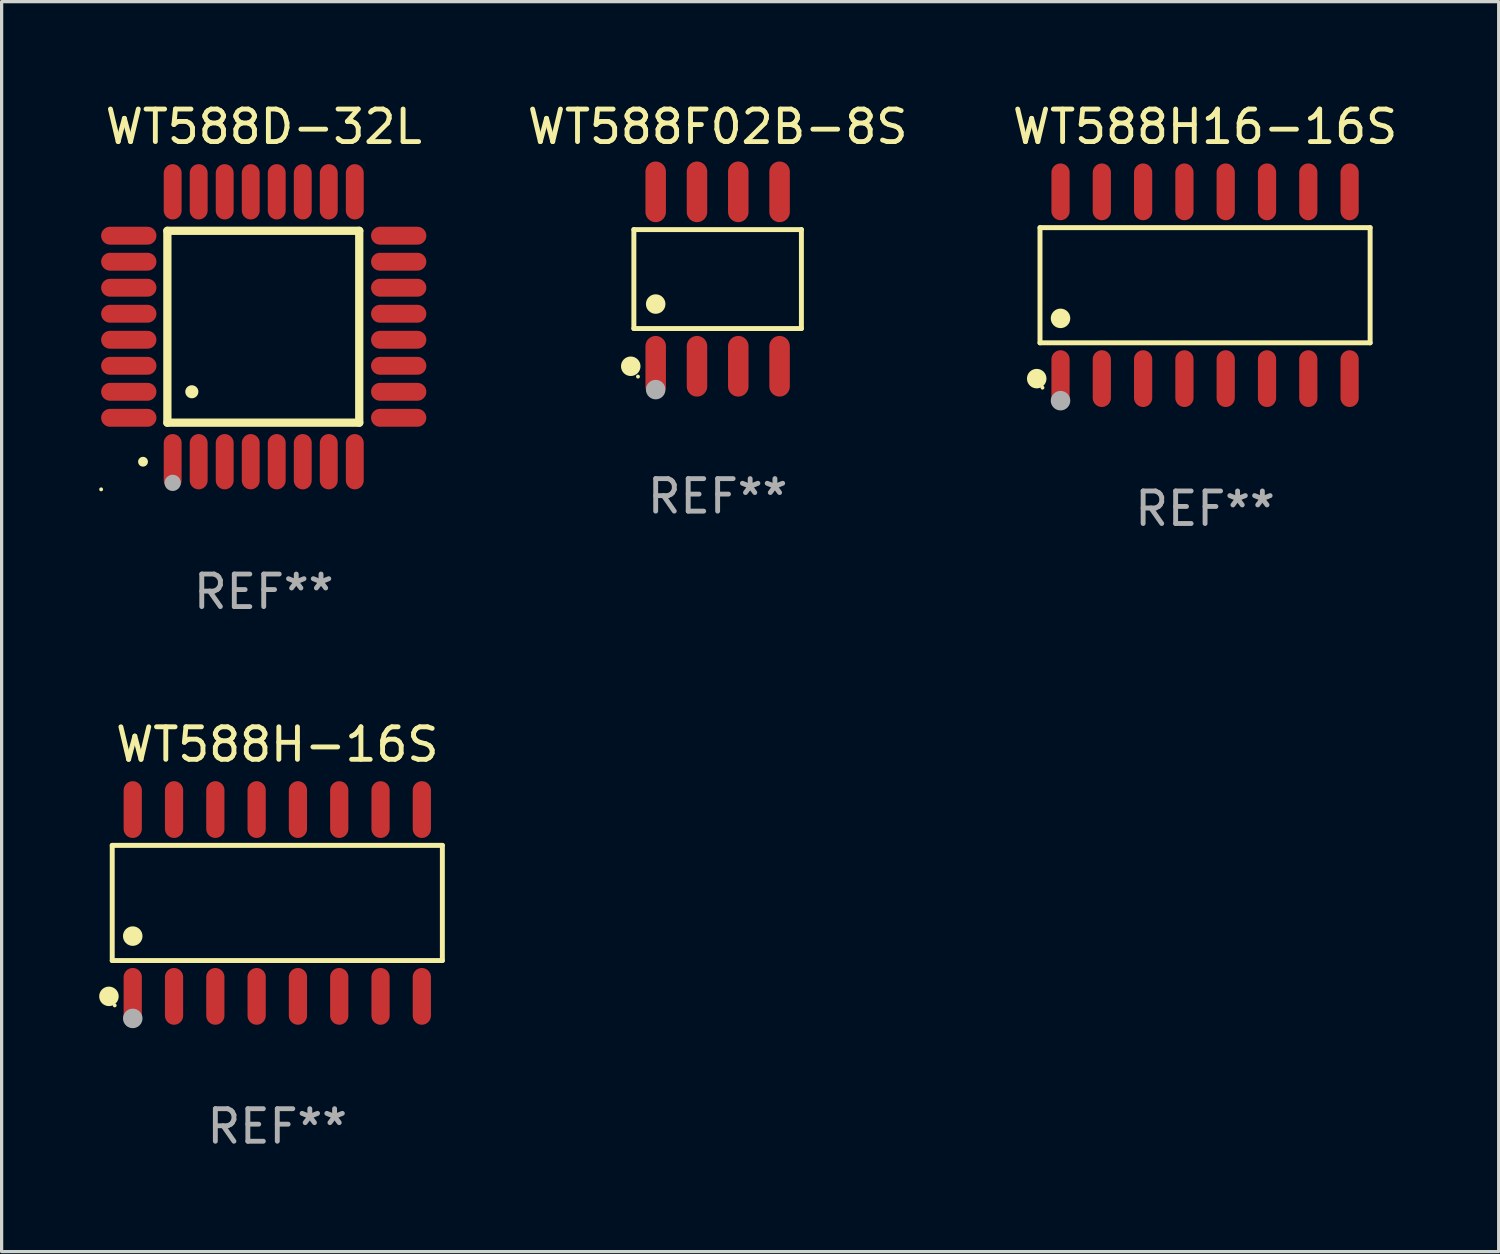
<source format=kicad_pcb>
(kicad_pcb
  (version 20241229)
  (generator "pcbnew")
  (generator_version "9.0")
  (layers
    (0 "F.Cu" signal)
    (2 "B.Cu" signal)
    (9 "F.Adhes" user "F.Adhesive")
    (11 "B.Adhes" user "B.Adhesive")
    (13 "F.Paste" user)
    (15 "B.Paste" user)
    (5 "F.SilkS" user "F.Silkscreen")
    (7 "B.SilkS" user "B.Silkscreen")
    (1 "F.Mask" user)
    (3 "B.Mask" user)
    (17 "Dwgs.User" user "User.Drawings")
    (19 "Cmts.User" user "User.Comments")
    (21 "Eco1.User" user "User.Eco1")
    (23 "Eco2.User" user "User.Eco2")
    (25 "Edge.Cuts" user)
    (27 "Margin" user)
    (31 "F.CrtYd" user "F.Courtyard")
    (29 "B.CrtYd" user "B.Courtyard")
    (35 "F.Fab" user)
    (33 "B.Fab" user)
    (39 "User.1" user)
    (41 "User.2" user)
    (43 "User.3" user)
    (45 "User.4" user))
  (footprint "WT588H-16S"
    (layer "F.Cu")
    (at 5.477 24.717)
    (property "Reference" "WT588H-16S" (at 0 -4.872 0) (layer "F.SilkS") (effects (font (size 1 1) (thickness 0.15))))
    (attr through_hole)
    (fp_line (start -5.076 -1.771) (end 5.076 -1.771) (stroke (width 0.152) (type solid)) (layer "F.SilkS"))
    (fp_line (start -5.076 1.771) (end -5.076 -1.771) (stroke (width 0.152) (type solid)) (layer "F.SilkS"))
    (fp_line (start 5.076 -1.771) (end 5.076 1.771) (stroke (width 0.152) (type solid)) (layer "F.SilkS"))
    (fp_line (start 5.076 1.771) (end -5.076 1.771) (stroke (width 0.152) (type solid)) (layer "F.SilkS"))
    (fp_circle (center -5.177 2.872) (end -5.027 2.872) (stroke (width 0.3) (type solid)) (fill no) (layer "F.SilkS"))
    (fp_circle (center -5 3.15) (end -4.97 3.15) (stroke (width 0.06) (type solid)) (fill no) (layer "F.SilkS"))
    (fp_circle (center -4.445 1.019) (end -4.295 1.019) (stroke (width 0.3) (type solid)) (fill no) (layer "F.SilkS"))
    (fp_circle (center -4.445 3.55) (end -4.295 3.55) (stroke (width 0.3) (type solid)) (fill no) (layer "F.Fab"))
    (fp_text user "REF**" (at 0 6.872 0) (layer "F.Fab") (effects (font (size 1 1) (thickness 0.15))))
    (pad "1" smd oval (at -4.445 2.872) (size 0.56 1.745) (layers "F.Cu" "F.Mask" "F.Paste"))
    (pad "2" smd oval (at -3.175 2.872) (size 0.56 1.745) (layers "F.Cu" "F.Mask" "F.Paste"))
    (pad "3" smd oval (at -1.905 2.872) (size 0.56 1.745) (layers "F.Cu" "F.Mask" "F.Paste"))
    (pad "4" smd oval (at -0.635 2.872) (size 0.56 1.745) (layers "F.Cu" "F.Mask" "F.Paste"))
    (pad "5" smd oval (at 0.635 2.872) (size 0.56 1.745) (layers "F.Cu" "F.Mask" "F.Paste"))
    (pad "6" smd oval (at 1.905 2.872) (size 0.56 1.745) (layers "F.Cu" "F.Mask" "F.Paste"))
    (pad "7" smd oval (at 3.175 2.872) (size 0.56 1.745) (layers "F.Cu" "F.Mask" "F.Paste"))
    (pad "8" smd oval (at 4.445 2.872) (size 0.56 1.745) (layers "F.Cu" "F.Mask" "F.Paste"))
    (pad "9" smd oval (at 4.445 -2.872) (size 0.56 1.745) (layers "F.Cu" "F.Mask" "F.Paste"))
    (pad "10" smd oval (at 3.175 -2.872) (size 0.56 1.745) (layers "F.Cu" "F.Mask" "F.Paste"))
    (pad "11" smd oval (at 1.905 -2.872) (size 0.56 1.745) (layers "F.Cu" "F.Mask" "F.Paste"))
    (pad "12" smd oval (at 0.635 -2.872) (size 0.56 1.745) (layers "F.Cu" "F.Mask" "F.Paste"))
    (pad "13" smd oval (at -0.635 -2.872) (size 0.56 1.745) (layers "F.Cu" "F.Mask" "F.Paste"))
    (pad "14" smd oval (at -1.905 -2.872) (size 0.56 1.745) (layers "F.Cu" "F.Mask" "F.Paste"))
    (pad "15" smd oval (at -3.175 -2.872) (size 0.56 1.745) (layers "F.Cu" "F.Mask" "F.Paste"))
    (pad "16" smd oval (at -4.445 -2.872) (size 0.56 1.745) (layers "F.Cu" "F.Mask" "F.Paste")))
  (footprint "WT588H16-16S"
    (layer "F.Cu")
    (at 34.007 5.721)
    (property "Reference" "WT588H16-16S" (at 0 -4.872 0) (layer "F.SilkS") (effects (font (size 1 1) (thickness 0.15))))
    (attr through_hole)
    (fp_line (start -5.076 -1.771) (end 5.076 -1.771) (stroke (width 0.152) (type solid)) (layer "F.SilkS"))
    (fp_line (start -5.076 1.771) (end -5.076 -1.771) (stroke (width 0.152) (type solid)) (layer "F.SilkS"))
    (fp_line (start 5.076 -1.771) (end 5.076 1.771) (stroke (width 0.152) (type solid)) (layer "F.SilkS"))
    (fp_line (start 5.076 1.771) (end -5.076 1.771) (stroke (width 0.152) (type solid)) (layer "F.SilkS"))
    (fp_circle (center -5.177 2.872) (end -5.027 2.872) (stroke (width 0.3) (type solid)) (fill no) (layer "F.SilkS"))
    (fp_circle (center -5 3.15) (end -4.97 3.15) (stroke (width 0.06) (type solid)) (fill no) (layer "F.SilkS"))
    (fp_circle (center -4.445 1.019) (end -4.295 1.019) (stroke (width 0.3) (type solid)) (fill no) (layer "F.SilkS"))
    (fp_circle (center -4.445 3.55) (end -4.295 3.55) (stroke (width 0.3) (type solid)) (fill no) (layer "F.Fab"))
    (fp_text user "REF**" (at 0 6.872 0) (layer "F.Fab") (effects (font (size 1 1) (thickness 0.15))))
    (pad "1" smd oval (at -4.445 2.872) (size 0.56 1.745) (layers "F.Cu" "F.Mask" "F.Paste"))
    (pad "2" smd oval (at -3.175 2.872) (size 0.56 1.745) (layers "F.Cu" "F.Mask" "F.Paste"))
    (pad "3" smd oval (at -1.905 2.872) (size 0.56 1.745) (layers "F.Cu" "F.Mask" "F.Paste"))
    (pad "4" smd oval (at -0.635 2.872) (size 0.56 1.745) (layers "F.Cu" "F.Mask" "F.Paste"))
    (pad "5" smd oval (at 0.635 2.872) (size 0.56 1.745) (layers "F.Cu" "F.Mask" "F.Paste"))
    (pad "6" smd oval (at 1.905 2.872) (size 0.56 1.745) (layers "F.Cu" "F.Mask" "F.Paste"))
    (pad "7" smd oval (at 3.175 2.872) (size 0.56 1.745) (layers "F.Cu" "F.Mask" "F.Paste"))
    (pad "8" smd oval (at 4.445 2.872) (size 0.56 1.745) (layers "F.Cu" "F.Mask" "F.Paste"))
    (pad "9" smd oval (at 4.445 -2.872) (size 0.56 1.745) (layers "F.Cu" "F.Mask" "F.Paste"))
    (pad "10" smd oval (at 3.175 -2.872) (size 0.56 1.745) (layers "F.Cu" "F.Mask" "F.Paste"))
    (pad "11" smd oval (at 1.905 -2.872) (size 0.56 1.745) (layers "F.Cu" "F.Mask" "F.Paste"))
    (pad "12" smd oval (at 0.635 -2.872) (size 0.56 1.745) (layers "F.Cu" "F.Mask" "F.Paste"))
    (pad "13" smd oval (at -0.635 -2.872) (size 0.56 1.745) (layers "F.Cu" "F.Mask" "F.Paste"))
    (pad "14" smd oval (at -1.905 -2.872) (size 0.56 1.745) (layers "F.Cu" "F.Mask" "F.Paste"))
    (pad "15" smd oval (at -3.175 -2.872) (size 0.56 1.745) (layers "F.Cu" "F.Mask" "F.Paste"))
    (pad "16" smd oval (at -4.445 -2.872) (size 0.56 1.745) (layers "F.Cu" "F.Mask" "F.Paste")))
  (footprint "WT588D-32L"
    (layer "F.Cu")
    (at 5.06 6.998)
    (property "Reference" "WT588D-32L" (at 0 -6.15 0) (layer "F.SilkS") (effects (font (size 1 1) (thickness 0.15))))
    (attr through_hole)
    (fp_line (start -2.963 -2.95) (end -2.963 2.95) (stroke (width 0.254) (type solid)) (layer "F.SilkS"))
    (fp_line (start -2.963 2.95) (end 2.937 2.95) (stroke (width 0.254) (type solid)) (layer "F.SilkS"))
    (fp_line (start 2.937 -2.95) (end -2.963 -2.95) (stroke (width 0.254) (type solid)) (layer "F.SilkS"))
    (fp_line (start 2.937 2.95) (end 2.937 -2.95) (stroke (width 0.254) (type solid)) (layer "F.SilkS"))
    (fp_arc (start -3.713487 4.150368) (mid -3.712217 4.150363) (end -3.710947 4.150368) (stroke (width 0.3) (type solid)) (layer "F.SilkS"))
    (fp_arc (start -2.212344 1.998984) (mid -2.211074 1.99898) (end -2.209804 1.998984) (stroke (width 0.4) (type solid)) (layer "F.SilkS"))
    (fp_circle (center -5 5) (end -4.97 5) (stroke (width 0.06) (type solid)) (fill no) (layer "F.SilkS"))
    (fp_circle (center -2.8 4.8) (end -2.675 4.8) (stroke (width 0.25) (type solid)) (fill no) (layer "F.Fab"))
    (fp_text user "REF**" (at 0 8.15 0) (layer "F.Fab") (effects (font (size 1 1) (thickness 0.15))))
    (pad "1" smd oval (at -2.8 4.15 180) (size 0.55 1.7) (layers "F.Cu" "F.Mask" "F.Paste"))
    (pad "2" smd oval (at -2 4.15 180) (size 0.55 1.7) (layers "F.Cu" "F.Mask" "F.Paste"))
    (pad "3" smd oval (at -1.2 4.15 180) (size 0.55 1.7) (layers "F.Cu" "F.Mask" "F.Paste"))
    (pad "4" smd oval (at -0.4 4.15 180) (size 0.55 1.7) (layers "F.Cu" "F.Mask" "F.Paste"))
    (pad "5" smd oval (at 0.4 4.15 180) (size 0.55 1.7) (layers "F.Cu" "F.Mask" "F.Paste"))
    (pad "6" smd oval (at 1.2 4.15 180) (size 0.55 1.7) (layers "F.Cu" "F.Mask" "F.Paste"))
    (pad "7" smd oval (at 2 4.15 180) (size 0.55 1.7) (layers "F.Cu" "F.Mask" "F.Paste"))
    (pad "8" smd oval (at 2.8 4.15 180) (size 0.55 1.7) (layers "F.Cu" "F.Mask" "F.Paste"))
    (pad "9" smd oval (at 4.15 2.8 90) (size 0.55 1.7) (layers "F.Cu" "F.Mask" "F.Paste"))
    (pad "10" smd oval (at 4.15 2 90) (size 0.55 1.7) (layers "F.Cu" "F.Mask" "F.Paste"))
    (pad "11" smd oval (at 4.15 1.2 90) (size 0.55 1.7) (layers "F.Cu" "F.Mask" "F.Paste"))
    (pad "12" smd oval (at 4.15 0.4 90) (size 0.55 1.7) (layers "F.Cu" "F.Mask" "F.Paste"))
    (pad "13" smd oval (at 4.15 -0.4 90) (size 0.55 1.7) (layers "F.Cu" "F.Mask" "F.Paste"))
    (pad "14" smd oval (at 4.15 -1.2 90) (size 0.55 1.7) (layers "F.Cu" "F.Mask" "F.Paste"))
    (pad "15" smd oval (at 4.15 -2 90) (size 0.55 1.7) (layers "F.Cu" "F.Mask" "F.Paste"))
    (pad "16" smd oval (at 4.15 -2.8 90) (size 0.55 1.7) (layers "F.Cu" "F.Mask" "F.Paste"))
    (pad "17" smd oval (at 2.8 -4.15 180) (size 0.55 1.7) (layers "F.Cu" "F.Mask" "F.Paste"))
    (pad "18" smd oval (at 2 -4.15 180) (size 0.55 1.7) (layers "F.Cu" "F.Mask" "F.Paste"))
    (pad "19" smd oval (at 1.2 -4.15 180) (size 0.55 1.7) (layers "F.Cu" "F.Mask" "F.Paste"))
    (pad "20" smd oval (at 0.4 -4.15 180) (size 0.55 1.7) (layers "F.Cu" "F.Mask" "F.Paste"))
    (pad "21" smd oval (at -0.4 -4.15 180) (size 0.55 1.7) (layers "F.Cu" "F.Mask" "F.Paste"))
    (pad "22" smd oval (at -1.2 -4.15 180) (size 0.55 1.7) (layers "F.Cu" "F.Mask" "F.Paste"))
    (pad "23" smd oval (at -2 -4.15 180) (size 0.55 1.7) (layers "F.Cu" "F.Mask" "F.Paste"))
    (pad "24" smd oval (at -2.8 -4.15 180) (size 0.55 1.7) (layers "F.Cu" "F.Mask" "F.Paste"))
    (pad "25" smd oval (at -4.15 -2.8 90) (size 0.55 1.7) (layers "F.Cu" "F.Mask" "F.Paste"))
    (pad "26" smd oval (at -4.15 -2 90) (size 0.55 1.7) (layers "F.Cu" "F.Mask" "F.Paste"))
    (pad "27" smd oval (at -4.15 -1.2 90) (size 0.55 1.7) (layers "F.Cu" "F.Mask" "F.Paste"))
    (pad "28" smd oval (at -4.15 -0.4 90) (size 0.55 1.7) (layers "F.Cu" "F.Mask" "F.Paste"))
    (pad "29" smd oval (at -4.15 0.4 90) (size 0.55 1.7) (layers "F.Cu" "F.Mask" "F.Paste"))
    (pad "30" smd oval (at -4.15 1.2 90) (size 0.55 1.7) (layers "F.Cu" "F.Mask" "F.Paste"))
    (pad "31" smd oval (at -4.15 2 90) (size 0.55 1.7) (layers "F.Cu" "F.Mask" "F.Paste"))
    (pad "32" smd oval (at -4.15 2.8 90) (size 0.55 1.7) (layers "F.Cu" "F.Mask" "F.Paste")))
  (footprint "WT588F02B-8S"
    (layer "F.Cu")
    (at 19.018 5.531)
    (property "Reference" "WT588F02B-8S" (at 0 -4.682 0) (layer "F.SilkS") (effects (font (size 1 1) (thickness 0.15))))
    (attr through_hole)
    (fp_line (start -2.576 -1.521) (end 2.576 -1.521) (stroke (width 0.152) (type solid)) (layer "F.SilkS"))
    (fp_line (start -2.576 1.521) (end -2.576 -1.521) (stroke (width 0.152) (type solid)) (layer "F.SilkS"))
    (fp_line (start 2.576 -1.521) (end 2.576 1.521) (stroke (width 0.152) (type solid)) (layer "F.SilkS"))
    (fp_line (start 2.576 1.521) (end -2.576 1.521) (stroke (width 0.152) (type solid)) (layer "F.SilkS"))
    (fp_circle (center -2.672 2.682) (end -2.522 2.682) (stroke (width 0.3) (type solid)) (fill no) (layer "F.SilkS"))
    (fp_circle (center -2.45 3) (end -2.42 3) (stroke (width 0.06) (type solid)) (fill no) (layer "F.SilkS"))
    (fp_circle (center -1.905 0.769) (end -1.755 0.769) (stroke (width 0.3) (type solid)) (fill no) (layer "F.SilkS"))
    (fp_circle (center -1.905 3.4) (end -1.755 3.4) (stroke (width 0.3) (type solid)) (fill no) (layer "F.Fab"))
    (fp_text user "REF**" (at 0 6.682 0) (layer "F.Fab") (effects (font (size 1 1) (thickness 0.15))))
    (pad "1" smd oval (at -1.905 2.682) (size 0.63 1.865) (layers "F.Cu" "F.Mask" "F.Paste"))
    (pad "2" smd oval (at -0.635 2.682) (size 0.63 1.865) (layers "F.Cu" "F.Mask" "F.Paste"))
    (pad "3" smd oval (at 0.635 2.682) (size 0.63 1.865) (layers "F.Cu" "F.Mask" "F.Paste"))
    (pad "4" smd oval (at 1.905 2.682) (size 0.63 1.865) (layers "F.Cu" "F.Mask" "F.Paste"))
    (pad "5" smd oval (at 1.905 -2.682) (size 0.63 1.865) (layers "F.Cu" "F.Mask" "F.Paste"))
    (pad "6" smd oval (at 0.635 -2.682) (size 0.63 1.865) (layers "F.Cu" "F.Mask" "F.Paste"))
    (pad "7" smd oval (at -0.635 -2.682) (size 0.63 1.865) (layers "F.Cu" "F.Mask" "F.Paste"))
    (pad "8" smd oval (at -1.905 -2.682) (size 0.63 1.865) (layers "F.Cu" "F.Mask" "F.Paste")))
  (gr_rect
    (start -3 -3)
    (end 43.036 35.438)
    (stroke (width 0.1) (type default))
    (fill no)
    (layer "Edge.Cuts")))
</source>
